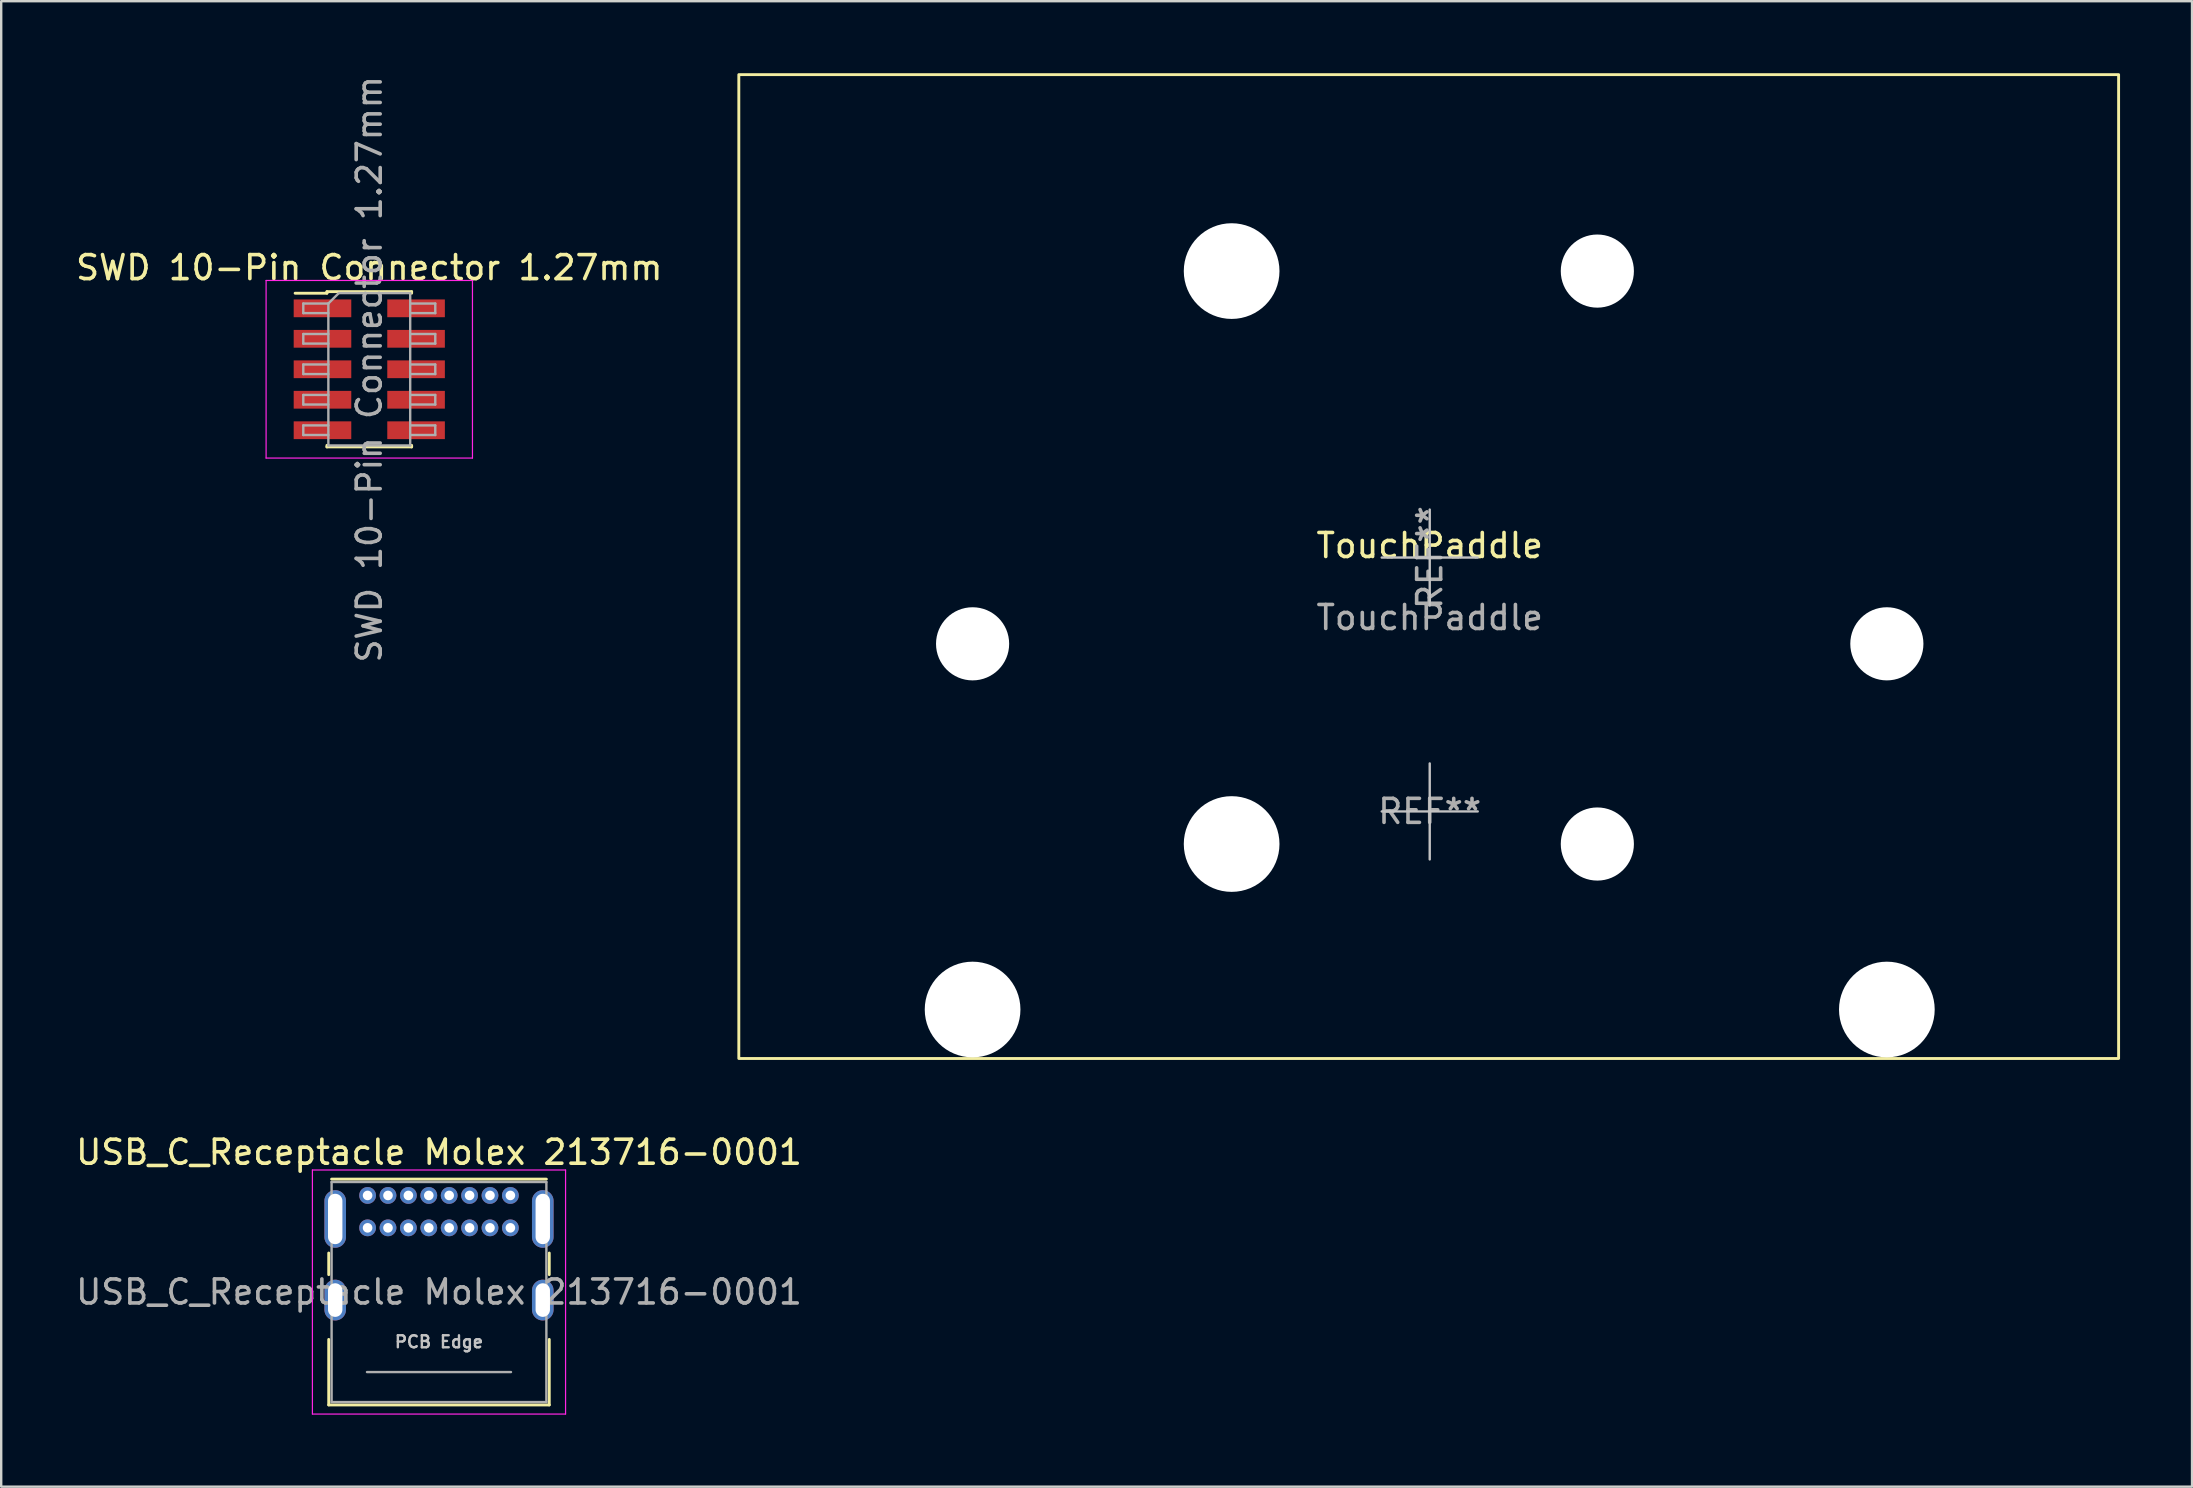
<source format=kicad_pcb>
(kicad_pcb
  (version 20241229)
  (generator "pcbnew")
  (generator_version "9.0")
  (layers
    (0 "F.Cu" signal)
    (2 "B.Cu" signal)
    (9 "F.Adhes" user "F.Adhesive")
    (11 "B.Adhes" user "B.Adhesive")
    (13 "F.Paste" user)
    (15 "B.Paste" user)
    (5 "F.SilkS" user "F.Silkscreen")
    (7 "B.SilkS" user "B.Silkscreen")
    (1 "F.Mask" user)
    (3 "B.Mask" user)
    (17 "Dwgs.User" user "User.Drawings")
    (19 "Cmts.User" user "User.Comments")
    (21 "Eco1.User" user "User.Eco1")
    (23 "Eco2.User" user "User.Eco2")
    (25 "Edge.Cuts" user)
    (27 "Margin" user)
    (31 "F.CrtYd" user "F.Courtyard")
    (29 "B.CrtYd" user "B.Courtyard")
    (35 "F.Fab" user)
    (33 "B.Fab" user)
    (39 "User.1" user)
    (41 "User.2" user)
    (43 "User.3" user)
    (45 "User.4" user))
  (footprint "TouchPaddle"
    (layer "F.Cu")
    (at 56.531 20.185)
    (property "Reference" "TouchPaddle" (at 0 -0.5 0) (unlocked yes) (layer "F.SilkS") (effects (font (size 1 1) (thickness 0.15))))
    (attr smd)
    (fp_rect (start -28.792 -20.125) (end 28.708 20.875) (stroke (width 0.12) (type solid)) (fill no) (layer "F.SilkS"))
    (fp_line (start -2 0) (end 2 0) (stroke (width 0.1) (type solid)) (layer "Dwgs.User"))
    (fp_line (start -2 10.58) (end 2 10.58) (stroke (width 0.1) (type solid)) (layer "Dwgs.User"))
    (fp_line (start 0 -2) (end 0 2) (stroke (width 0.1) (type solid)) (layer "Dwgs.User"))
    (fp_line (start 0 12.58) (end 0 8.58) (stroke (width 0.1) (type solid)) (layer "Dwgs.User"))
    (fp_text user "${REFERENCE}" (at 0 2.5 0) (unlocked yes) (layer "F.Fab") (effects (font (size 1 1) (thickness 0.15))))
    (fp_text user "REF**" (at 0 0 270) (layer "F.Fab") (effects (font (size 1 1) (thickness 0.15))))
    (fp_text user "REF**" (at 0 10.58 0) (layer "F.Fab") (effects (font (size 1 1) (thickness 0.15))))
    (pad "" np_thru_hole circle (at -19.05 3.595) (size 3.048 3.048) (drill 3.048) (layers "*.Cu" "*.Mask"))
    (pad "" np_thru_hole circle (at -19.05 18.835) (size 3.988 3.988) (drill 3.988) (layers "*.Cu" "*.Mask"))
    (pad "" np_thru_hole circle (at -8.255 -11.938 270) (size 3.988 3.988) (drill 3.988) (layers "*.Cu" "*.Mask"))
    (pad "" np_thru_hole circle (at -8.255 11.938 270) (size 3.988 3.988) (drill 3.988) (layers "*.Cu" "*.Mask"))
    (pad "" np_thru_hole circle (at 6.985 -11.938 270) (size 3.048 3.048) (drill 3.048) (layers "*.Cu" "*.Mask"))
    (pad "" np_thru_hole circle (at 6.985 11.938 270) (size 3.048 3.048) (drill 3.048) (layers "*.Cu" "*.Mask"))
    (pad "" np_thru_hole circle (at 19.05 3.595) (size 3.048 3.048) (drill 3.048) (layers "*.Cu" "*.Mask"))
    (pad "" np_thru_hole circle (at 19.05 18.835) (size 3.988 3.988) (drill 3.988) (layers "*.Cu" "*.Mask")))
  (footprint "SWD 10-Pin Connector 1.27mm"
    (layer "F.Cu")
    (at 12.339 12.339)
    (property "Reference" "SWD 10-Pin Connector 1.27mm" (at 0 -4.235 0) (layer "F.SilkS") (effects (font (size 1 1) (thickness 0.15))))
    (attr smd)
    (fp_line (start -3.09 -3.17) (end -1.765 -3.17) (stroke (width 0.12) (type solid)) (layer "F.SilkS"))
    (fp_line (start -1.765 -3.235) (end -1.765 -3.17) (stroke (width 0.12) (type solid)) (layer "F.SilkS"))
    (fp_line (start -1.765 -3.235) (end 1.765 -3.235) (stroke (width 0.12) (type solid)) (layer "F.SilkS"))
    (fp_line (start -1.765 3.17) (end -1.765 3.235) (stroke (width 0.12) (type solid)) (layer "F.SilkS"))
    (fp_line (start -1.765 3.235) (end 1.765 3.235) (stroke (width 0.12) (type solid)) (layer "F.SilkS"))
    (fp_line (start 1.765 -3.235) (end 1.765 -3.17) (stroke (width 0.12) (type solid)) (layer "F.SilkS"))
    (fp_line (start 1.765 3.17) (end 1.765 3.235) (stroke (width 0.12) (type solid)) (layer "F.SilkS"))
    (fp_line (start -4.3 -3.7) (end -4.3 3.7) (stroke (width 0.05) (type solid)) (layer "F.CrtYd"))
    (fp_line (start -4.3 3.7) (end 4.3 3.7) (stroke (width 0.05) (type solid)) (layer "F.CrtYd"))
    (fp_line (start 4.3 -3.7) (end -4.3 -3.7) (stroke (width 0.05) (type solid)) (layer "F.CrtYd"))
    (fp_line (start 4.3 3.7) (end 4.3 -3.7) (stroke (width 0.05) (type solid)) (layer "F.CrtYd"))
    (fp_line (start -2.75 -2.74) (end -2.75 -2.34) (stroke (width 0.1) (type solid)) (layer "F.Fab"))
    (fp_line (start -2.75 -2.34) (end -1.705 -2.34) (stroke (width 0.1) (type solid)) (layer "F.Fab"))
    (fp_line (start -2.75 -1.47) (end -2.75 -1.07) (stroke (width 0.1) (type solid)) (layer "F.Fab"))
    (fp_line (start -2.75 -1.07) (end -1.705 -1.07) (stroke (width 0.1) (type solid)) (layer "F.Fab"))
    (fp_line (start -2.75 -0.2) (end -2.75 0.2) (stroke (width 0.1) (type solid)) (layer "F.Fab"))
    (fp_line (start -2.75 0.2) (end -1.705 0.2) (stroke (width 0.1) (type solid)) (layer "F.Fab"))
    (fp_line (start -2.75 1.07) (end -2.75 1.47) (stroke (width 0.1) (type solid)) (layer "F.Fab"))
    (fp_line (start -2.75 1.47) (end -1.705 1.47) (stroke (width 0.1) (type solid)) (layer "F.Fab"))
    (fp_line (start -2.75 2.34) (end -2.75 2.74) (stroke (width 0.1) (type solid)) (layer "F.Fab"))
    (fp_line (start -2.75 2.74) (end -1.705 2.74) (stroke (width 0.1) (type solid)) (layer "F.Fab"))
    (fp_line (start -1.705 -2.74) (end -2.75 -2.74) (stroke (width 0.1) (type solid)) (layer "F.Fab"))
    (fp_line (start -1.705 -2.74) (end -1.27 -3.175) (stroke (width 0.1) (type solid)) (layer "F.Fab"))
    (fp_line (start -1.705 -1.47) (end -2.75 -1.47) (stroke (width 0.1) (type solid)) (layer "F.Fab"))
    (fp_line (start -1.705 -0.2) (end -2.75 -0.2) (stroke (width 0.1) (type solid)) (layer "F.Fab"))
    (fp_line (start -1.705 1.07) (end -2.75 1.07) (stroke (width 0.1) (type solid)) (layer "F.Fab"))
    (fp_line (start -1.705 2.34) (end -2.75 2.34) (stroke (width 0.1) (type solid)) (layer "F.Fab"))
    (fp_line (start -1.705 3.175) (end -1.705 -2.74) (stroke (width 0.1) (type solid)) (layer "F.Fab"))
    (fp_line (start -1.27 -3.175) (end 1.705 -3.175) (stroke (width 0.1) (type solid)) (layer "F.Fab"))
    (fp_line (start 1.705 -3.175) (end 1.705 3.175) (stroke (width 0.1) (type solid)) (layer "F.Fab"))
    (fp_line (start 1.705 -2.74) (end 2.75 -2.74) (stroke (width 0.1) (type solid)) (layer "F.Fab"))
    (fp_line (start 1.705 -1.47) (end 2.75 -1.47) (stroke (width 0.1) (type solid)) (layer "F.Fab"))
    (fp_line (start 1.705 -0.2) (end 2.75 -0.2) (stroke (width 0.1) (type solid)) (layer "F.Fab"))
    (fp_line (start 1.705 1.07) (end 2.75 1.07) (stroke (width 0.1) (type solid)) (layer "F.Fab"))
    (fp_line (start 1.705 2.34) (end 2.75 2.34) (stroke (width 0.1) (type solid)) (layer "F.Fab"))
    (fp_line (start 1.705 3.175) (end -1.705 3.175) (stroke (width 0.1) (type solid)) (layer "F.Fab"))
    (fp_line (start 2.75 -2.74) (end 2.75 -2.34) (stroke (width 0.1) (type solid)) (layer "F.Fab"))
    (fp_line (start 2.75 -2.34) (end 1.705 -2.34) (stroke (width 0.1) (type solid)) (layer "F.Fab"))
    (fp_line (start 2.75 -1.47) (end 2.75 -1.07) (stroke (width 0.1) (type solid)) (layer "F.Fab"))
    (fp_line (start 2.75 -1.07) (end 1.705 -1.07) (stroke (width 0.1) (type solid)) (layer "F.Fab"))
    (fp_line (start 2.75 -0.2) (end 2.75 0.2) (stroke (width 0.1) (type solid)) (layer "F.Fab"))
    (fp_line (start 2.75 0.2) (end 1.705 0.2) (stroke (width 0.1) (type solid)) (layer "F.Fab"))
    (fp_line (start 2.75 1.07) (end 2.75 1.47) (stroke (width 0.1) (type solid)) (layer "F.Fab"))
    (fp_line (start 2.75 1.47) (end 1.705 1.47) (stroke (width 0.1) (type solid)) (layer "F.Fab"))
    (fp_line (start 2.75 2.34) (end 2.75 2.74) (stroke (width 0.1) (type solid)) (layer "F.Fab"))
    (fp_line (start 2.75 2.74) (end 1.705 2.74) (stroke (width 0.1) (type solid)) (layer "F.Fab"))
    (fp_text user "${REFERENCE}" (at 0 0 90) (layer "F.Fab") (effects (font (size 1 1) (thickness 0.15))))
    (pad "1" smd rect (at -1.95 -2.54) (size 2.4 0.74) (layers "F.Cu" "F.Mask" "F.Paste"))
    (pad "2" smd rect (at 1.95 -2.54) (size 2.4 0.74) (layers "F.Cu" "F.Mask" "F.Paste"))
    (pad "3" smd rect (at -1.95 -1.27) (size 2.4 0.74) (layers "F.Cu" "F.Mask" "F.Paste"))
    (pad "4" smd rect (at 1.95 -1.27) (size 2.4 0.74) (layers "F.Cu" "F.Mask" "F.Paste"))
    (pad "5" smd rect (at -1.95 0) (size 2.4 0.74) (layers "F.Cu" "F.Mask" "F.Paste"))
    (pad "6" smd rect (at 1.95 0) (size 2.4 0.74) (layers "F.Cu" "F.Mask" "F.Paste"))
    (pad "7" smd rect (at -1.95 1.27) (size 2.4 0.74) (layers "F.Cu" "F.Mask" "F.Paste"))
    (pad "8" smd rect (at 1.95 1.27) (size 2.4 0.74) (layers "F.Cu" "F.Mask" "F.Paste"))
    (pad "9" smd rect (at -1.95 2.54) (size 2.4 0.74) (layers "F.Cu" "F.Mask" "F.Paste"))
    (pad "10" smd rect (at 1.95 2.54) (size 2.4 0.74) (layers "F.Cu" "F.Mask" "F.Paste")))
  (footprint "USB_C_Receptacle Molex 213716-0001"
    (layer "F.Cu")
    (at 10.919 51.128)
    (property "Reference" "USB_C_Receptacle Molex 213716-0001" (at 4.325 -6.16 0) (layer "F.SilkS") (effects (font (size 1 1) (thickness 0.15))))
    (attr through_hole)
    (fp_line (start -0.27 -1.96) (end -0.27 -1.06) (stroke (width 0.12) (type solid)) (layer "F.SilkS"))
    (fp_line (start -0.27 1.64) (end -0.27 4.37) (stroke (width 0.12) (type solid)) (layer "F.SilkS"))
    (fp_line (start -0.27 4.37) (end 8.92 4.37) (stroke (width 0.12) (type solid)) (layer "F.SilkS"))
    (fp_line (start -0.15 -5.04) (end 8.8 -5.04) (stroke (width 0.12) (type solid)) (layer "F.SilkS"))
    (fp_line (start 8.92 -1.96) (end 8.92 -1.06) (stroke (width 0.12) (type solid)) (layer "F.SilkS"))
    (fp_line (start 8.92 1.64) (end 8.92 4.37) (stroke (width 0.12) (type solid)) (layer "F.SilkS"))
    (fp_line (start -0.95 -5.42) (end -0.95 4.75) (stroke (width 0.05) (type solid)) (layer "F.CrtYd"))
    (fp_line (start -0.95 -5.42) (end 9.6 -5.42) (stroke (width 0.05) (type solid)) (layer "F.CrtYd"))
    (fp_line (start -0.95 4.75) (end 9.6 4.75) (stroke (width 0.05) (type solid)) (layer "F.CrtYd"))
    (fp_line (start 9.6 -5.42) (end 9.6 4.75) (stroke (width 0.05) (type solid)) (layer "F.CrtYd"))
    (fp_line (start -0.15 -4.92) (end -0.15 4.25) (stroke (width 0.1) (type solid)) (layer "F.Fab"))
    (fp_line (start -0.15 -4.92) (end 8.8 -4.92) (stroke (width 0.1) (type solid)) (layer "F.Fab"))
    (fp_line (start -0.15 4.25) (end 8.8 4.25) (stroke (width 0.1) (type solid)) (layer "F.Fab"))
    (fp_line (start 1.325 3) (end 7.325 3) (stroke (width 0.1) (type solid)) (layer "F.Fab"))
    (fp_line (start 8.8 -4.92) (end 8.8 4.25) (stroke (width 0.1) (type solid)) (layer "F.Fab"))
    (fp_text user "PCB Edge" (at 4.325 1.74 0) (layer "Dwgs.User") (effects (font (size 0.5 0.5) (thickness 0.1))))
    (fp_text user "${REFERENCE}" (at 4.325 -0.335 0) (layer "F.Fab") (effects (font (size 1 1) (thickness 0.15))))
    (pad "A1" thru_hole circle (at 1.35 -4.36) (size 0.7 0.7) (drill 0.4) (layers "*.Cu" "*.Mask"))
    (pad "A4" thru_hole circle (at 2.2 -4.36) (size 0.7 0.7) (drill 0.4) (layers "*.Cu" "*.Mask"))
    (pad "A5" thru_hole circle (at 3.05 -4.36) (size 0.7 0.7) (drill 0.4) (layers "*.Cu" "*.Mask"))
    (pad "A6" thru_hole circle (at 3.9 -4.36) (size 0.7 0.7) (drill 0.4) (layers "*.Cu" "*.Mask"))
    (pad "A7" thru_hole circle (at 4.75 -4.36) (size 0.7 0.7) (drill 0.4) (layers "*.Cu" "*.Mask"))
    (pad "A8" thru_hole circle (at 5.6 -4.36) (size 0.7 0.7) (drill 0.4) (layers "*.Cu" "*.Mask"))
    (pad "A9" thru_hole circle (at 6.45 -4.36) (size 0.7 0.7) (drill 0.4) (layers "*.Cu" "*.Mask"))
    (pad "A12" thru_hole circle (at 7.3 -4.36) (size 0.7 0.7) (drill 0.4) (layers "*.Cu" "*.Mask"))
    (pad "B1" thru_hole circle (at 7.3 -3.01) (size 0.7 0.7) (drill 0.4) (layers "*.Cu" "*.Mask"))
    (pad "B4" thru_hole circle (at 6.45 -3.01) (size 0.7 0.7) (drill 0.4) (layers "*.Cu" "*.Mask"))
    (pad "B5" thru_hole circle (at 5.6 -3.01) (size 0.7 0.7) (drill 0.4) (layers "*.Cu" "*.Mask"))
    (pad "B6" thru_hole circle (at 4.75 -3.01) (size 0.7 0.7) (drill 0.4) (layers "*.Cu" "*.Mask"))
    (pad "B7" thru_hole circle (at 3.9 -3.01) (size 0.7 0.7) (drill 0.4) (layers "*.Cu" "*.Mask"))
    (pad "B8" thru_hole circle (at 3.05 -3.01) (size 0.7 0.7) (drill 0.4) (layers "*.Cu" "*.Mask"))
    (pad "B9" thru_hole circle (at 2.2 -3.01) (size 0.7 0.7) (drill 0.4) (layers "*.Cu" "*.Mask"))
    (pad "B12" thru_hole circle (at 1.35 -3.01) (size 0.7 0.7) (drill 0.4) (layers "*.Cu" "*.Mask"))
    (pad "S1" thru_hole oval (at 0 -3.38) (size 0.9 2.4) (drill oval 0.6 2.1) (layers "*.Cu" "*.Mask"))
    (pad "S1" thru_hole oval (at 0 0) (size 0.9 1.7) (drill oval 0.6 1.4) (layers "*.Cu" "*.Mask"))
    (pad "S1" thru_hole oval (at 8.65 -3.38) (size 0.9 2.4) (drill oval 0.6 2.1) (layers "*.Cu" "*.Mask"))
    (pad "S1" thru_hole oval (at 8.65 0) (size 0.9 1.7) (drill oval 0.6 1.4) (layers "*.Cu" "*.Mask")))
  (gr_rect
    (start -3 -3)
    (end 88.299 58.903)
    (stroke (width 0.1) (type default))
    (fill no)
    (layer "Edge.Cuts")))
</source>
